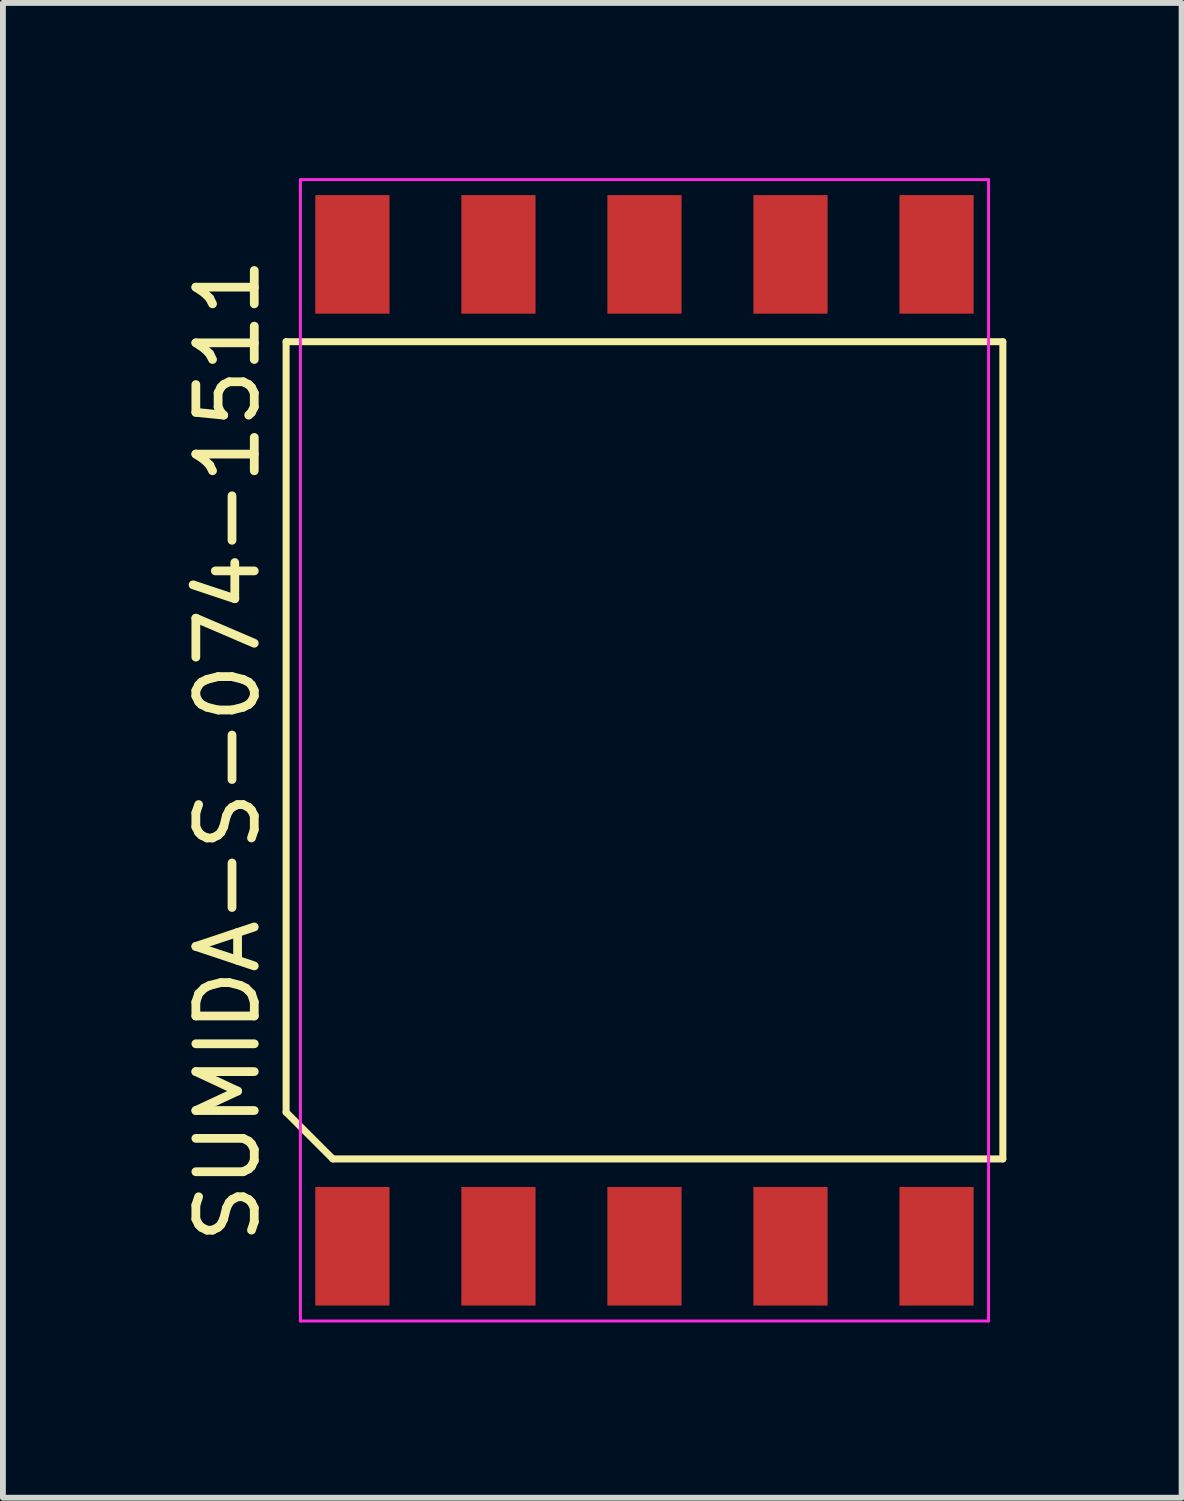
<source format=kicad_pcb>
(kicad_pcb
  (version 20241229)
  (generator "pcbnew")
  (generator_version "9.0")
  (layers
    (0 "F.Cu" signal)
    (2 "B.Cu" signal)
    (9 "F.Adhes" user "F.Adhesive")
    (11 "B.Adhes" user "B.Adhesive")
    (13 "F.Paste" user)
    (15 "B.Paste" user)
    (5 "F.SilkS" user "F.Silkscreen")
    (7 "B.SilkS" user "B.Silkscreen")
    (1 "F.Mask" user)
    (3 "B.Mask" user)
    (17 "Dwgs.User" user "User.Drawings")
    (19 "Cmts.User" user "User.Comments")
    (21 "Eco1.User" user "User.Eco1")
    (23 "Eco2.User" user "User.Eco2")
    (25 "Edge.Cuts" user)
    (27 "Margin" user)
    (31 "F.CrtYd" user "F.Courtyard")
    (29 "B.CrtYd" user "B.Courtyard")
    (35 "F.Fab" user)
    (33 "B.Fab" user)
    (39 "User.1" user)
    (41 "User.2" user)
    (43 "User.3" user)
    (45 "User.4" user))
  (footprint "SUMIDA-S-074-1511"
    (layer "F.Cu")
    (at 7.983 9.795)
    (property "Reference" "SUMIDA-S-074-1511" (at -7.135 0 90) (layer "F.SilkS") (effects (font (size 1 1) (thickness 0.15))))
    (attr smd)
    (fp_line (start -6.135 -6.995) (end 6.135 -6.995) (stroke (width 0.12) (type solid)) (layer "F.SilkS"))
    (fp_line (start -6.135 6.195) (end -6.135 -6.995) (stroke (width 0.12) (type solid)) (layer "F.SilkS"))
    (fp_line (start -5.335 6.995) (end -6.135 6.195) (stroke (width 0.12) (type solid)) (layer "F.SilkS"))
    (fp_line (start 6.135 -6.995) (end 6.135 6.995) (stroke (width 0.12) (type solid)) (layer "F.SilkS"))
    (fp_line (start 6.135 6.995) (end -5.335 6.995) (stroke (width 0.12) (type solid)) (layer "F.SilkS"))
    (fp_line (start -5.89 -9.77) (end 5.89 -9.77) (stroke (width 0.05) (type solid)) (layer "F.CrtYd"))
    (fp_line (start -5.89 9.77) (end -5.89 -9.77) (stroke (width 0.05) (type solid)) (layer "F.CrtYd"))
    (fp_line (start 5.89 -9.77) (end 5.89 9.77) (stroke (width 0.05) (type solid)) (layer "F.CrtYd"))
    (fp_line (start 5.89 9.77) (end -5.89 9.77) (stroke (width 0.05) (type solid)) (layer "F.CrtYd"))
    (pad "1" smd rect (at 5 8.49 180) (size 1.27 2.03) (layers "F.Cu" "F.Mask" "F.Paste"))
    (pad "2" smd rect (at 2.5 8.49 180) (size 1.27 2.03) (layers "F.Cu" "F.Mask" "F.Paste"))
    (pad "3" smd rect (at 0 8.49 180) (size 1.27 2.03) (layers "F.Cu" "F.Mask" "F.Paste"))
    (pad "4" smd rect (at -2.5 8.49 180) (size 1.27 2.03) (layers "F.Cu" "F.Mask" "F.Paste"))
    (pad "5" smd rect (at -5 8.49 180) (size 1.27 2.03) (layers "F.Cu" "F.Mask" "F.Paste"))
    (pad "6" smd rect (at -5 -8.49 180) (size 1.27 2.03) (layers "F.Cu" "F.Mask" "F.Paste"))
    (pad "7" smd rect (at -2.5 -8.49 180) (size 1.27 2.03) (layers "F.Cu" "F.Mask" "F.Paste"))
    (pad "8" smd rect (at 0 -8.49 180) (size 1.27 2.03) (layers "F.Cu" "F.Mask" "F.Paste"))
    (pad "9" smd rect (at 2.5 -8.49 180) (size 1.27 2.03) (layers "F.Cu" "F.Mask" "F.Paste"))
    (pad "10" smd rect (at 5 -8.49 180) (size 1.27 2.03) (layers "F.Cu" "F.Mask" "F.Paste")))
  (gr_rect
    (start -3 -3)
    (end 17.178 22.59)
    (stroke (width 0.1) (type default))
    (fill no)
    (layer "Edge.Cuts")))
</source>
